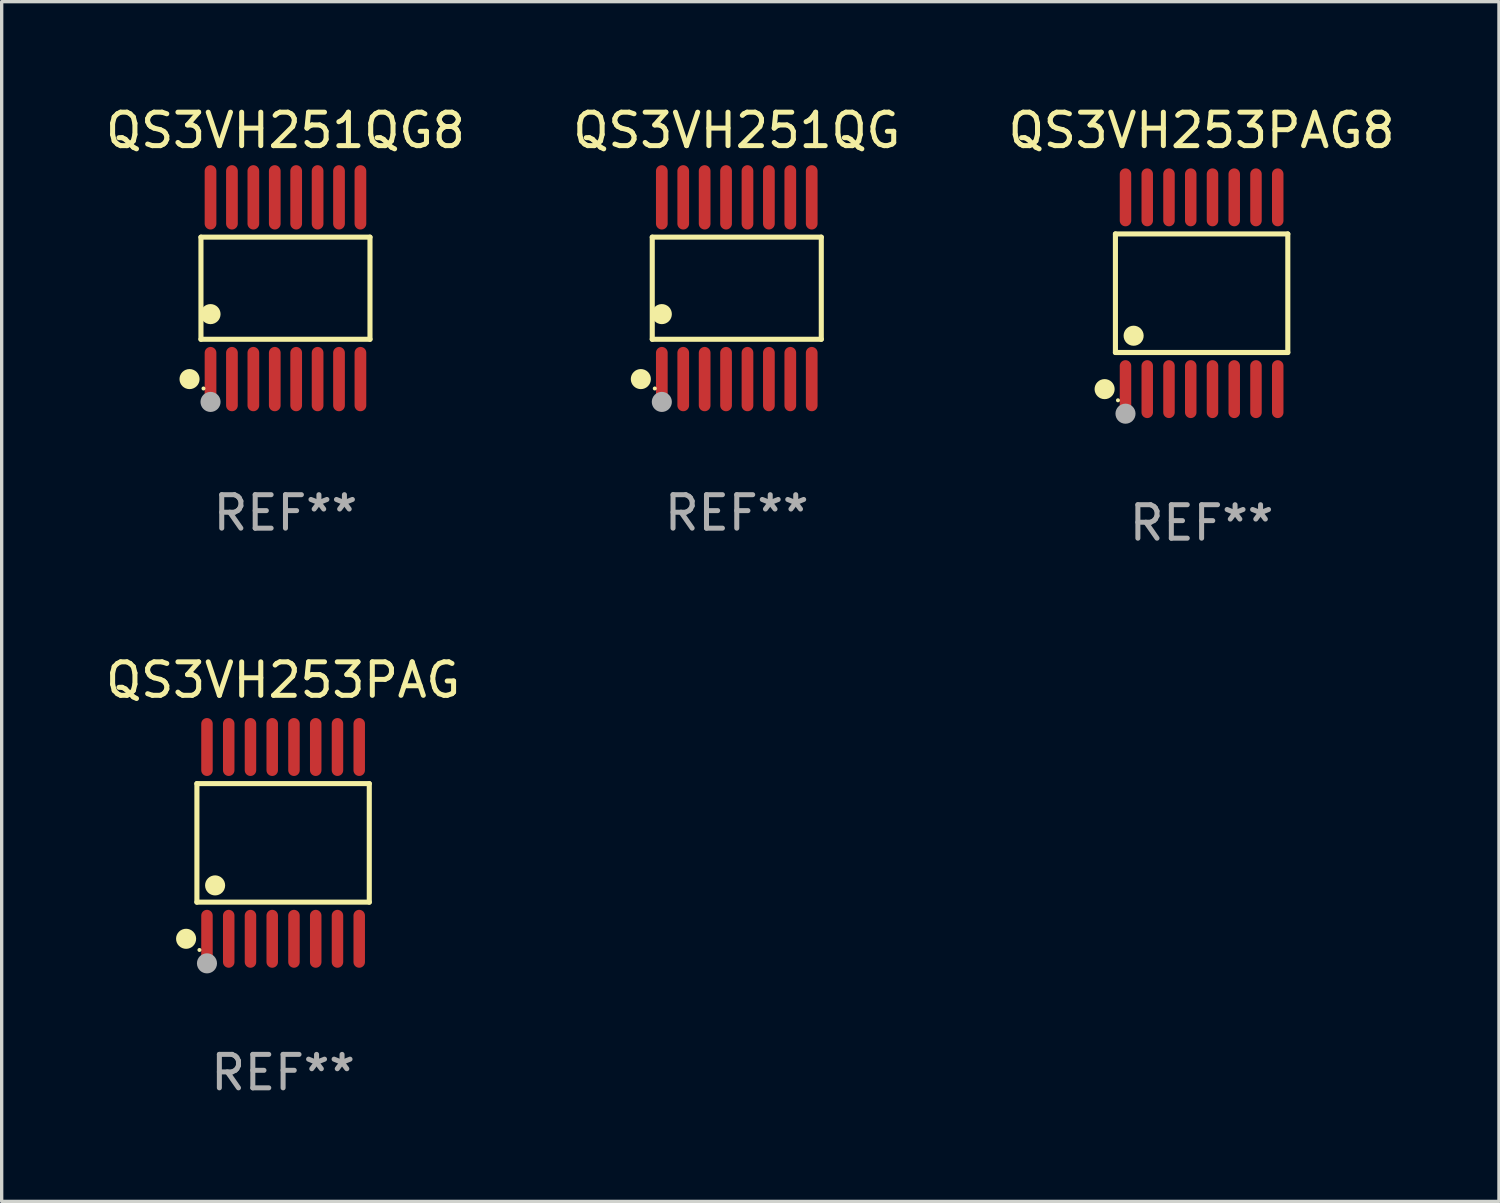
<source format=kicad_pcb>
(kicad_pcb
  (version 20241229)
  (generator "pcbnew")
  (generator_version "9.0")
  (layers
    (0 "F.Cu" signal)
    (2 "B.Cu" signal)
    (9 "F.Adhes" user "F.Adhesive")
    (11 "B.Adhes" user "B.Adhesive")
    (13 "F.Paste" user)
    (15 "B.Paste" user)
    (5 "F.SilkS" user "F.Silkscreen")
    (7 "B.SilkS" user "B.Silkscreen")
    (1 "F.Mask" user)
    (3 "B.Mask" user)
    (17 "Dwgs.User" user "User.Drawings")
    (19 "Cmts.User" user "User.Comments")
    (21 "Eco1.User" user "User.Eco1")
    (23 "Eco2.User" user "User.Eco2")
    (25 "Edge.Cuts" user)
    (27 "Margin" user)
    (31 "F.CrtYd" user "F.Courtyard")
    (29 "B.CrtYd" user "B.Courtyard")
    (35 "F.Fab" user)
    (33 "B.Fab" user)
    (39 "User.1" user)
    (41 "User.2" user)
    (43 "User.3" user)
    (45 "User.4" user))
  (footprint "QS3VH253PAG8"
    (layer "F.Cu")
    (at 32.863 5.714)
    (property "Reference" "QS3VH253PAG8" (at 0 -4.866 0) (layer "F.SilkS") (effects (font (size 1 1) (thickness 0.15))))
    (attr through_hole)
    (fp_line (start -2.576 -1.772) (end 2.576 -1.772) (stroke (width 0.152) (type solid)) (layer "F.SilkS"))
    (fp_line (start -2.576 1.771) (end -2.576 -1.772) (stroke (width 0.152) (type solid)) (layer "F.SilkS"))
    (fp_line (start 2.576 -1.772) (end 2.576 1.771) (stroke (width 0.152) (type solid)) (layer "F.SilkS"))
    (fp_line (start 2.576 1.771) (end -2.576 1.771) (stroke (width 0.152) (type solid)) (layer "F.SilkS"))
    (fp_circle (center -2.899 2.866) (end -2.749 2.866) (stroke (width 0.3) (type solid)) (fill no) (layer "F.SilkS"))
    (fp_circle (center -2.5 3.2) (end -2.47 3.2) (stroke (width 0.06) (type solid)) (fill no) (layer "F.SilkS"))
    (fp_circle (center -2.032 1.27) (end -1.882 1.27) (stroke (width 0.3) (type solid)) (fill no) (layer "F.SilkS"))
    (fp_circle (center -2.275 3.6) (end -2.125 3.6) (stroke (width 0.3) (type solid)) (fill no) (layer "F.Fab"))
    (fp_text user "REF**" (at 0 6.866 0) (layer "F.Fab") (effects (font (size 1 1) (thickness 0.15))))
    (pad "1" smd oval (at -2.275 2.866) (size 0.343 1.731) (layers "F.Cu" "F.Mask" "F.Paste"))
    (pad "2" smd oval (at -1.625 2.866) (size 0.343 1.731) (layers "F.Cu" "F.Mask" "F.Paste"))
    (pad "3" smd oval (at -0.975 2.866) (size 0.343 1.731) (layers "F.Cu" "F.Mask" "F.Paste"))
    (pad "4" smd oval (at -0.325 2.866) (size 0.343 1.731) (layers "F.Cu" "F.Mask" "F.Paste"))
    (pad "5" smd oval (at 0.325 2.866) (size 0.343 1.731) (layers "F.Cu" "F.Mask" "F.Paste"))
    (pad "6" smd oval (at 0.975 2.866) (size 0.343 1.731) (layers "F.Cu" "F.Mask" "F.Paste"))
    (pad "7" smd oval (at 1.625 2.866) (size 0.343 1.731) (layers "F.Cu" "F.Mask" "F.Paste"))
    (pad "8" smd oval (at 2.275 2.866) (size 0.343 1.731) (layers "F.Cu" "F.Mask" "F.Paste"))
    (pad "9" smd oval (at 2.275 -2.866) (size 0.343 1.731) (layers "F.Cu" "F.Mask" "F.Paste"))
    (pad "10" smd oval (at 1.625 -2.866) (size 0.343 1.731) (layers "F.Cu" "F.Mask" "F.Paste"))
    (pad "11" smd oval (at 0.975 -2.866) (size 0.343 1.731) (layers "F.Cu" "F.Mask" "F.Paste"))
    (pad "12" smd oval (at 0.325 -2.866) (size 0.343 1.731) (layers "F.Cu" "F.Mask" "F.Paste"))
    (pad "13" smd oval (at -0.325 -2.866) (size 0.343 1.731) (layers "F.Cu" "F.Mask" "F.Paste"))
    (pad "14" smd oval (at -0.975 -2.866) (size 0.343 1.731) (layers "F.Cu" "F.Mask" "F.Paste"))
    (pad "15" smd oval (at -1.625 -2.866) (size 0.343 1.731) (layers "F.Cu" "F.Mask" "F.Paste"))
    (pad "16" smd oval (at -2.275 -2.866) (size 0.343 1.731) (layers "F.Cu" "F.Mask" "F.Paste")))
  (footprint "QS3VH253PAG"
    (layer "F.Cu")
    (at 5.411 22.142)
    (property "Reference" "QS3VH253PAG" (at 0 -4.866 0) (layer "F.SilkS") (effects (font (size 1 1) (thickness 0.15))))
    (attr through_hole)
    (fp_line (start -2.576 -1.772) (end 2.576 -1.772) (stroke (width 0.152) (type solid)) (layer "F.SilkS"))
    (fp_line (start -2.576 1.771) (end -2.576 -1.772) (stroke (width 0.152) (type solid)) (layer "F.SilkS"))
    (fp_line (start 2.576 -1.772) (end 2.576 1.771) (stroke (width 0.152) (type solid)) (layer "F.SilkS"))
    (fp_line (start 2.576 1.771) (end -2.576 1.771) (stroke (width 0.152) (type solid)) (layer "F.SilkS"))
    (fp_circle (center -2.899 2.866) (end -2.749 2.866) (stroke (width 0.3) (type solid)) (fill no) (layer "F.SilkS"))
    (fp_circle (center -2.5 3.2) (end -2.47 3.2) (stroke (width 0.06) (type solid)) (fill no) (layer "F.SilkS"))
    (fp_circle (center -2.032 1.27) (end -1.882 1.27) (stroke (width 0.3) (type solid)) (fill no) (layer "F.SilkS"))
    (fp_circle (center -2.275 3.6) (end -2.125 3.6) (stroke (width 0.3) (type solid)) (fill no) (layer "F.Fab"))
    (fp_text user "REF**" (at 0 6.866 0) (layer "F.Fab") (effects (font (size 1 1) (thickness 0.15))))
    (pad "1" smd oval (at -2.275 2.866) (size 0.343 1.731) (layers "F.Cu" "F.Mask" "F.Paste"))
    (pad "2" smd oval (at -1.625 2.866) (size 0.343 1.731) (layers "F.Cu" "F.Mask" "F.Paste"))
    (pad "3" smd oval (at -0.975 2.866) (size 0.343 1.731) (layers "F.Cu" "F.Mask" "F.Paste"))
    (pad "4" smd oval (at -0.325 2.866) (size 0.343 1.731) (layers "F.Cu" "F.Mask" "F.Paste"))
    (pad "5" smd oval (at 0.325 2.866) (size 0.343 1.731) (layers "F.Cu" "F.Mask" "F.Paste"))
    (pad "6" smd oval (at 0.975 2.866) (size 0.343 1.731) (layers "F.Cu" "F.Mask" "F.Paste"))
    (pad "7" smd oval (at 1.625 2.866) (size 0.343 1.731) (layers "F.Cu" "F.Mask" "F.Paste"))
    (pad "8" smd oval (at 2.275 2.866) (size 0.343 1.731) (layers "F.Cu" "F.Mask" "F.Paste"))
    (pad "9" smd oval (at 2.275 -2.866) (size 0.343 1.731) (layers "F.Cu" "F.Mask" "F.Paste"))
    (pad "10" smd oval (at 1.625 -2.866) (size 0.343 1.731) (layers "F.Cu" "F.Mask" "F.Paste"))
    (pad "11" smd oval (at 0.975 -2.866) (size 0.343 1.731) (layers "F.Cu" "F.Mask" "F.Paste"))
    (pad "12" smd oval (at 0.325 -2.866) (size 0.343 1.731) (layers "F.Cu" "F.Mask" "F.Paste"))
    (pad "13" smd oval (at -0.325 -2.866) (size 0.343 1.731) (layers "F.Cu" "F.Mask" "F.Paste"))
    (pad "14" smd oval (at -0.975 -2.866) (size 0.343 1.731) (layers "F.Cu" "F.Mask" "F.Paste"))
    (pad "15" smd oval (at -1.625 -2.866) (size 0.343 1.731) (layers "F.Cu" "F.Mask" "F.Paste"))
    (pad "16" smd oval (at -2.275 -2.866) (size 0.343 1.731) (layers "F.Cu" "F.Mask" "F.Paste")))
  (footprint "QS3VH251QG"
    (layer "F.Cu")
    (at 18.97 5.564)
    (property "Reference" "QS3VH251QG" (at 0 -4.716 0) (layer "F.SilkS") (effects (font (size 1 1) (thickness 0.15))))
    (attr through_hole)
    (fp_line (start -2.526 -1.526) (end 2.526 -1.526) (stroke (width 0.152) (type solid)) (layer "F.SilkS"))
    (fp_line (start -2.526 1.526) (end -2.526 -1.526) (stroke (width 0.152) (type solid)) (layer "F.SilkS"))
    (fp_line (start 2.526 -1.526) (end 2.526 1.526) (stroke (width 0.152) (type solid)) (layer "F.SilkS"))
    (fp_line (start 2.526 1.526) (end -2.526 1.526) (stroke (width 0.152) (type solid)) (layer "F.SilkS"))
    (fp_circle (center -2.867 2.716) (end -2.717 2.716) (stroke (width 0.3) (type solid)) (fill no) (layer "F.SilkS"))
    (fp_circle (center -2.45 2.997) (end -2.42 2.997) (stroke (width 0.06) (type solid)) (fill no) (layer "F.SilkS"))
    (fp_circle (center -2.24 0.774) (end -2.09 0.774) (stroke (width 0.3) (type solid)) (fill no) (layer "F.SilkS"))
    (fp_circle (center -2.24 3.398) (end -2.09 3.398) (stroke (width 0.3) (type solid)) (fill no) (layer "F.Fab"))
    (fp_text user "REF**" (at 0 6.716 0) (layer "F.Fab") (effects (font (size 1 1) (thickness 0.15))))
    (pad "1" smd oval (at -2.24 2.716) (size 0.35 1.922) (layers "F.Cu" "F.Mask" "F.Paste"))
    (pad "2" smd oval (at -1.6 2.716) (size 0.35 1.922) (layers "F.Cu" "F.Mask" "F.Paste"))
    (pad "3" smd oval (at -0.96 2.716) (size 0.35 1.922) (layers "F.Cu" "F.Mask" "F.Paste"))
    (pad "4" smd oval (at -0.32 2.716) (size 0.35 1.922) (layers "F.Cu" "F.Mask" "F.Paste"))
    (pad "5" smd oval (at 0.32 2.716) (size 0.35 1.922) (layers "F.Cu" "F.Mask" "F.Paste"))
    (pad "6" smd oval (at 0.96 2.716) (size 0.35 1.922) (layers "F.Cu" "F.Mask" "F.Paste"))
    (pad "7" smd oval (at 1.6 2.716) (size 0.35 1.922) (layers "F.Cu" "F.Mask" "F.Paste"))
    (pad "8" smd oval (at 2.24 2.716) (size 0.35 1.922) (layers "F.Cu" "F.Mask" "F.Paste"))
    (pad "9" smd oval (at 2.24 -2.716) (size 0.35 1.922) (layers "F.Cu" "F.Mask" "F.Paste"))
    (pad "10" smd oval (at 1.6 -2.716) (size 0.35 1.922) (layers "F.Cu" "F.Mask" "F.Paste"))
    (pad "11" smd oval (at 0.96 -2.716) (size 0.35 1.922) (layers "F.Cu" "F.Mask" "F.Paste"))
    (pad "12" smd oval (at 0.32 -2.716) (size 0.35 1.922) (layers "F.Cu" "F.Mask" "F.Paste"))
    (pad "13" smd oval (at -0.32 -2.716) (size 0.35 1.922) (layers "F.Cu" "F.Mask" "F.Paste"))
    (pad "14" smd oval (at -0.96 -2.716) (size 0.35 1.922) (layers "F.Cu" "F.Mask" "F.Paste"))
    (pad "15" smd oval (at -1.6 -2.716) (size 0.35 1.922) (layers "F.Cu" "F.Mask" "F.Paste"))
    (pad "16" smd oval (at -2.24 -2.716) (size 0.35 1.922) (layers "F.Cu" "F.Mask" "F.Paste")))
  (footprint "QS3VH251QG8"
    (layer "F.Cu")
    (at 5.482 5.564)
    (property "Reference" "QS3VH251QG8" (at 0 -4.716 0) (layer "F.SilkS") (effects (font (size 1 1) (thickness 0.15))))
    (attr through_hole)
    (fp_line (start -2.526 -1.526) (end 2.526 -1.526) (stroke (width 0.152) (type solid)) (layer "F.SilkS"))
    (fp_line (start -2.526 1.526) (end -2.526 -1.526) (stroke (width 0.152) (type solid)) (layer "F.SilkS"))
    (fp_line (start 2.526 -1.526) (end 2.526 1.526) (stroke (width 0.152) (type solid)) (layer "F.SilkS"))
    (fp_line (start 2.526 1.526) (end -2.526 1.526) (stroke (width 0.152) (type solid)) (layer "F.SilkS"))
    (fp_circle (center -2.867 2.716) (end -2.717 2.716) (stroke (width 0.3) (type solid)) (fill no) (layer "F.SilkS"))
    (fp_circle (center -2.45 2.997) (end -2.42 2.997) (stroke (width 0.06) (type solid)) (fill no) (layer "F.SilkS"))
    (fp_circle (center -2.24 0.774) (end -2.09 0.774) (stroke (width 0.3) (type solid)) (fill no) (layer "F.SilkS"))
    (fp_circle (center -2.24 3.398) (end -2.09 3.398) (stroke (width 0.3) (type solid)) (fill no) (layer "F.Fab"))
    (fp_text user "REF**" (at 0 6.716 0) (layer "F.Fab") (effects (font (size 1 1) (thickness 0.15))))
    (pad "1" smd oval (at -2.24 2.716) (size 0.35 1.922) (layers "F.Cu" "F.Mask" "F.Paste"))
    (pad "2" smd oval (at -1.6 2.716) (size 0.35 1.922) (layers "F.Cu" "F.Mask" "F.Paste"))
    (pad "3" smd oval (at -0.96 2.716) (size 0.35 1.922) (layers "F.Cu" "F.Mask" "F.Paste"))
    (pad "4" smd oval (at -0.32 2.716) (size 0.35 1.922) (layers "F.Cu" "F.Mask" "F.Paste"))
    (pad "5" smd oval (at 0.32 2.716) (size 0.35 1.922) (layers "F.Cu" "F.Mask" "F.Paste"))
    (pad "6" smd oval (at 0.96 2.716) (size 0.35 1.922) (layers "F.Cu" "F.Mask" "F.Paste"))
    (pad "7" smd oval (at 1.6 2.716) (size 0.35 1.922) (layers "F.Cu" "F.Mask" "F.Paste"))
    (pad "8" smd oval (at 2.24 2.716) (size 0.35 1.922) (layers "F.Cu" "F.Mask" "F.Paste"))
    (pad "9" smd oval (at 2.24 -2.716) (size 0.35 1.922) (layers "F.Cu" "F.Mask" "F.Paste"))
    (pad "10" smd oval (at 1.6 -2.716) (size 0.35 1.922) (layers "F.Cu" "F.Mask" "F.Paste"))
    (pad "11" smd oval (at 0.96 -2.716) (size 0.35 1.922) (layers "F.Cu" "F.Mask" "F.Paste"))
    (pad "12" smd oval (at 0.32 -2.716) (size 0.35 1.922) (layers "F.Cu" "F.Mask" "F.Paste"))
    (pad "13" smd oval (at -0.32 -2.716) (size 0.35 1.922) (layers "F.Cu" "F.Mask" "F.Paste"))
    (pad "14" smd oval (at -0.96 -2.716) (size 0.35 1.922) (layers "F.Cu" "F.Mask" "F.Paste"))
    (pad "15" smd oval (at -1.6 -2.716) (size 0.35 1.922) (layers "F.Cu" "F.Mask" "F.Paste"))
    (pad "16" smd oval (at -2.24 -2.716) (size 0.35 1.922) (layers "F.Cu" "F.Mask" "F.Paste")))
  (gr_rect
    (start -3 -3)
    (end 41.75 32.856)
    (stroke (width 0.1) (type default))
    (fill no)
    (layer "Edge.Cuts")))
</source>
